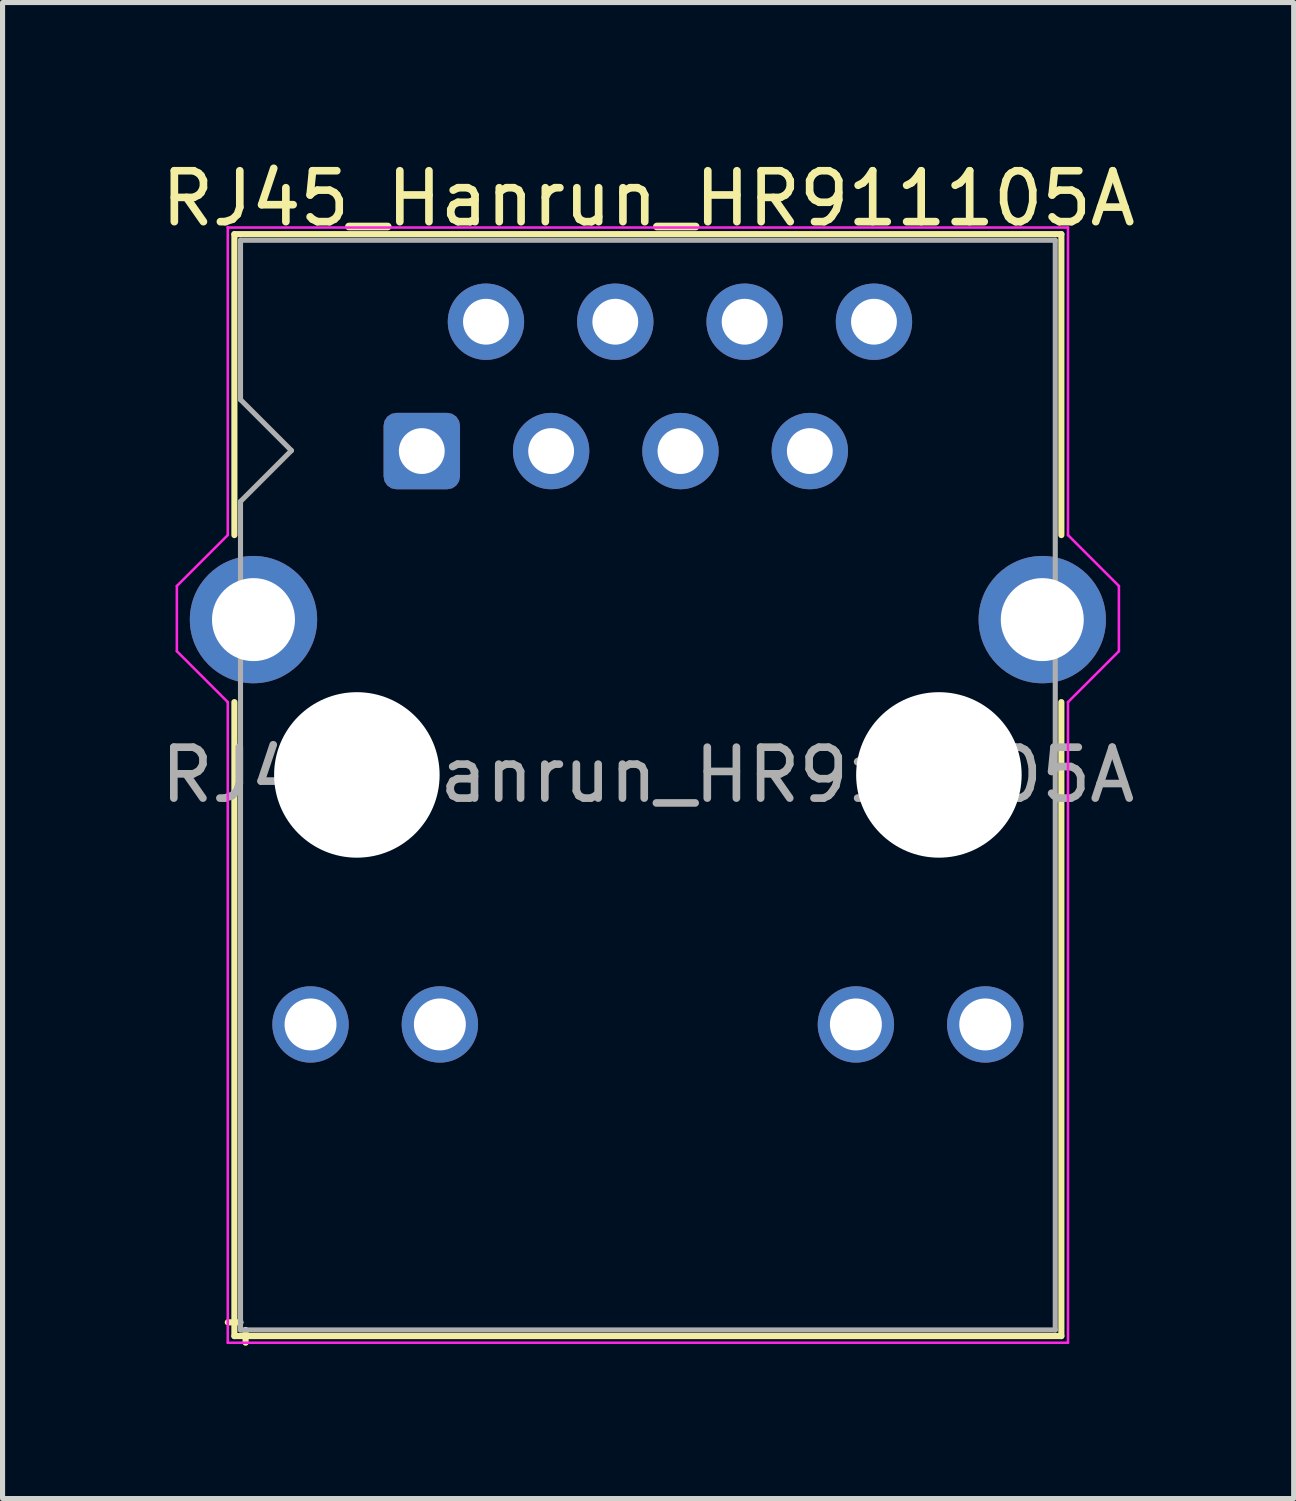
<source format=kicad_pcb>
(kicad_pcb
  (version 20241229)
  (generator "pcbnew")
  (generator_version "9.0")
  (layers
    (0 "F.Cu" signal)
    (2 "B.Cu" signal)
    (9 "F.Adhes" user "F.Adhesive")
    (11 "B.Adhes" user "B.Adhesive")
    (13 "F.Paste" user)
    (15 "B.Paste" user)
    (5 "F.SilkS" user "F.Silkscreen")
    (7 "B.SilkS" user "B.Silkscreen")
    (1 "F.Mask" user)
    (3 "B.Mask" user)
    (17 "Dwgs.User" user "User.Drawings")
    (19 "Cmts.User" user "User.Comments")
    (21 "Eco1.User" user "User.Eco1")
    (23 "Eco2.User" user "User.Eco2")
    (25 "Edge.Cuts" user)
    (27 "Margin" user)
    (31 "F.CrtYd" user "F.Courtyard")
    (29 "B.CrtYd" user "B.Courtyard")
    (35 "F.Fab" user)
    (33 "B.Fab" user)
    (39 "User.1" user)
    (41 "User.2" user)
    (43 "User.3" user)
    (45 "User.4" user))
  (footprint "RJ45_Hanrun_HR911105A"
    (layer "F.Cu")
    (at 5.233 5.808)
    (property "Reference" "RJ45_Hanrun_HR911105A" (at 4.45 -4.96 0) (layer "F.SilkS") (effects (font (size 1 1) (thickness 0.15))))
    (attr through_hole)
    (fp_line (start -3.68 -4.26) (end -3.68 1.65) (stroke (width 0.12) (type solid)) (layer "F.SilkS"))
    (fp_line (start -3.68 -4.26) (end 12.56 -4.26) (stroke (width 0.12) (type solid)) (layer "F.SilkS"))
    (fp_line (start -3.68 4.93) (end -3.68 17.38) (stroke (width 0.12) (type solid)) (layer "F.SilkS"))
    (fp_line (start -3.56 17.11) (end -3.81 17.11) (stroke (width 0.12) (type solid)) (layer "F.SilkS"))
    (fp_line (start -3.46 17.26) (end -3.46 17.51) (stroke (width 0.12) (type solid)) (layer "F.SilkS"))
    (fp_line (start 12.56 -4.26) (end 12.56 1.65) (stroke (width 0.12) (type solid)) (layer "F.SilkS"))
    (fp_line (start 12.56 4.93) (end 12.56 17.38) (stroke (width 0.12) (type solid)) (layer "F.SilkS"))
    (fp_line (start 12.56 17.38) (end -3.68 17.38) (stroke (width 0.12) (type solid)) (layer "F.SilkS"))
    (fp_line (start -4.81 3.93) (end -4.81 2.65) (stroke (width 0.05) (type solid)) (layer "F.CrtYd"))
    (fp_line (start -4.81 3.93) (end -3.81 4.93) (stroke (width 0.05) (type solid)) (layer "F.CrtYd"))
    (fp_line (start -3.81 -4.39) (end 12.69 -4.39) (stroke (width 0.05) (type solid)) (layer "F.CrtYd"))
    (fp_line (start -3.81 1.65) (end -4.81 2.65) (stroke (width 0.05) (type solid)) (layer "F.CrtYd"))
    (fp_line (start -3.81 1.65) (end -3.81 -4.4) (stroke (width 0.05) (type solid)) (layer "F.CrtYd"))
    (fp_line (start -3.81 4.93) (end -3.81 17.51) (stroke (width 0.05) (type solid)) (layer "F.CrtYd"))
    (fp_line (start -3.81 17.51) (end 12.69 17.51) (stroke (width 0.05) (type solid)) (layer "F.CrtYd"))
    (fp_line (start 12.69 1.65) (end 12.69 -4.39) (stroke (width 0.05) (type solid)) (layer "F.CrtYd"))
    (fp_line (start 12.69 1.65) (end 13.69 2.65) (stroke (width 0.05) (type solid)) (layer "F.CrtYd"))
    (fp_line (start 12.69 4.93) (end 12.69 17.51) (stroke (width 0.05) (type solid)) (layer "F.CrtYd"))
    (fp_line (start 13.69 3.93) (end 12.69 4.93) (stroke (width 0.05) (type solid)) (layer "F.CrtYd"))
    (fp_line (start 13.69 3.93) (end 13.69 2.65) (stroke (width 0.05) (type solid)) (layer "F.CrtYd"))
    (fp_line (start -3.56 -4.14) (end -3.56 -1.01) (stroke (width 0.1) (type solid)) (layer "F.Fab"))
    (fp_line (start -3.56 -4.14) (end 12.44 -4.14) (stroke (width 0.1) (type solid)) (layer "F.Fab"))
    (fp_line (start -3.56 0.99) (end -3.56 17.26) (stroke (width 0.1) (type solid)) (layer "F.Fab"))
    (fp_line (start -3.56 17.26) (end 12.44 17.26) (stroke (width 0.1) (type solid)) (layer "F.Fab"))
    (fp_line (start -2.56 -0.01) (end -3.56 -1.01) (stroke (width 0.1) (type solid)) (layer "F.Fab"))
    (fp_line (start -2.56 -0.01) (end -3.56 0.99) (stroke (width 0.1) (type solid)) (layer "F.Fab"))
    (fp_line (start 12.44 -4.14) (end 12.44 17.26) (stroke (width 0.1) (type solid)) (layer "F.Fab"))
    (fp_text user "${REFERENCE}" (at 4.44 6.36 0) (layer "F.Fab") (effects (font (size 1 1) (thickness 0.15))))
    (pad "" np_thru_hole circle (at -1.275 6.36) (size 3.25 3.25) (drill 3.25) (layers "*.Cu" "*.Mask"))
    (pad "" np_thru_hole circle (at 10.155 6.36) (size 3.25 3.25) (drill 3.25) (layers "*.Cu" "*.Mask"))
    (pad "1" thru_hole roundrect (at 0 0) (size 1.5 1.5) (drill 0.9) (layers "*.Cu" "*.Mask") (roundrect_rratio 0.167))
    (pad "2" thru_hole circle (at 1.26 -2.54) (size 1.5 1.5) (drill 0.9) (layers "*.Cu" "*.Mask"))
    (pad "3" thru_hole circle (at 2.54 0) (size 1.5 1.5) (drill 0.9) (layers "*.Cu" "*.Mask"))
    (pad "4" thru_hole circle (at 3.8 -2.54) (size 1.5 1.5) (drill 0.9) (layers "*.Cu" "*.Mask"))
    (pad "5" thru_hole circle (at 5.08 0) (size 1.5 1.5) (drill 0.9) (layers "*.Cu" "*.Mask"))
    (pad "6" thru_hole circle (at 6.34 -2.54 90) (size 1.5 1.5) (drill 0.9) (layers "*.Cu" "*.Mask"))
    (pad "7" thru_hole circle (at 7.62 0) (size 1.5 1.5) (drill 0.9) (layers "*.Cu" "*.Mask"))
    (pad "8" thru_hole circle (at 8.88 -2.54) (size 1.5 1.5) (drill 0.9) (layers "*.Cu" "*.Mask"))
    (pad "9" thru_hole circle (at -2.185 11.26) (size 1.5 1.5) (drill 1.02) (layers "*.Cu" "*.Mask"))
    (pad "10" thru_hole circle (at 0.355 11.26) (size 1.5 1.5) (drill 1.02) (layers "*.Cu" "*.Mask"))
    (pad "11" thru_hole circle (at 8.525 11.26) (size 1.5 1.5) (drill 1.02) (layers "*.Cu" "*.Mask"))
    (pad "12" thru_hole circle (at 11.065 11.26) (size 1.5 1.5) (drill 1.02) (layers "*.Cu" "*.Mask"))
    (pad "SH" thru_hole circle (at -3.305 3.31) (size 2.5 2.5) (drill 1.63) (layers "*.Cu" "*.Mask"))
    (pad "SH" thru_hole circle (at 12.185 3.31) (size 2.5 2.5) (drill 1.63) (layers "*.Cu" "*.Mask")))
  (gr_rect
    (start -3 -3)
    (end 22.355 26.378)
    (stroke (width 0.1) (type default))
    (fill no)
    (layer "Edge.Cuts")))
</source>
